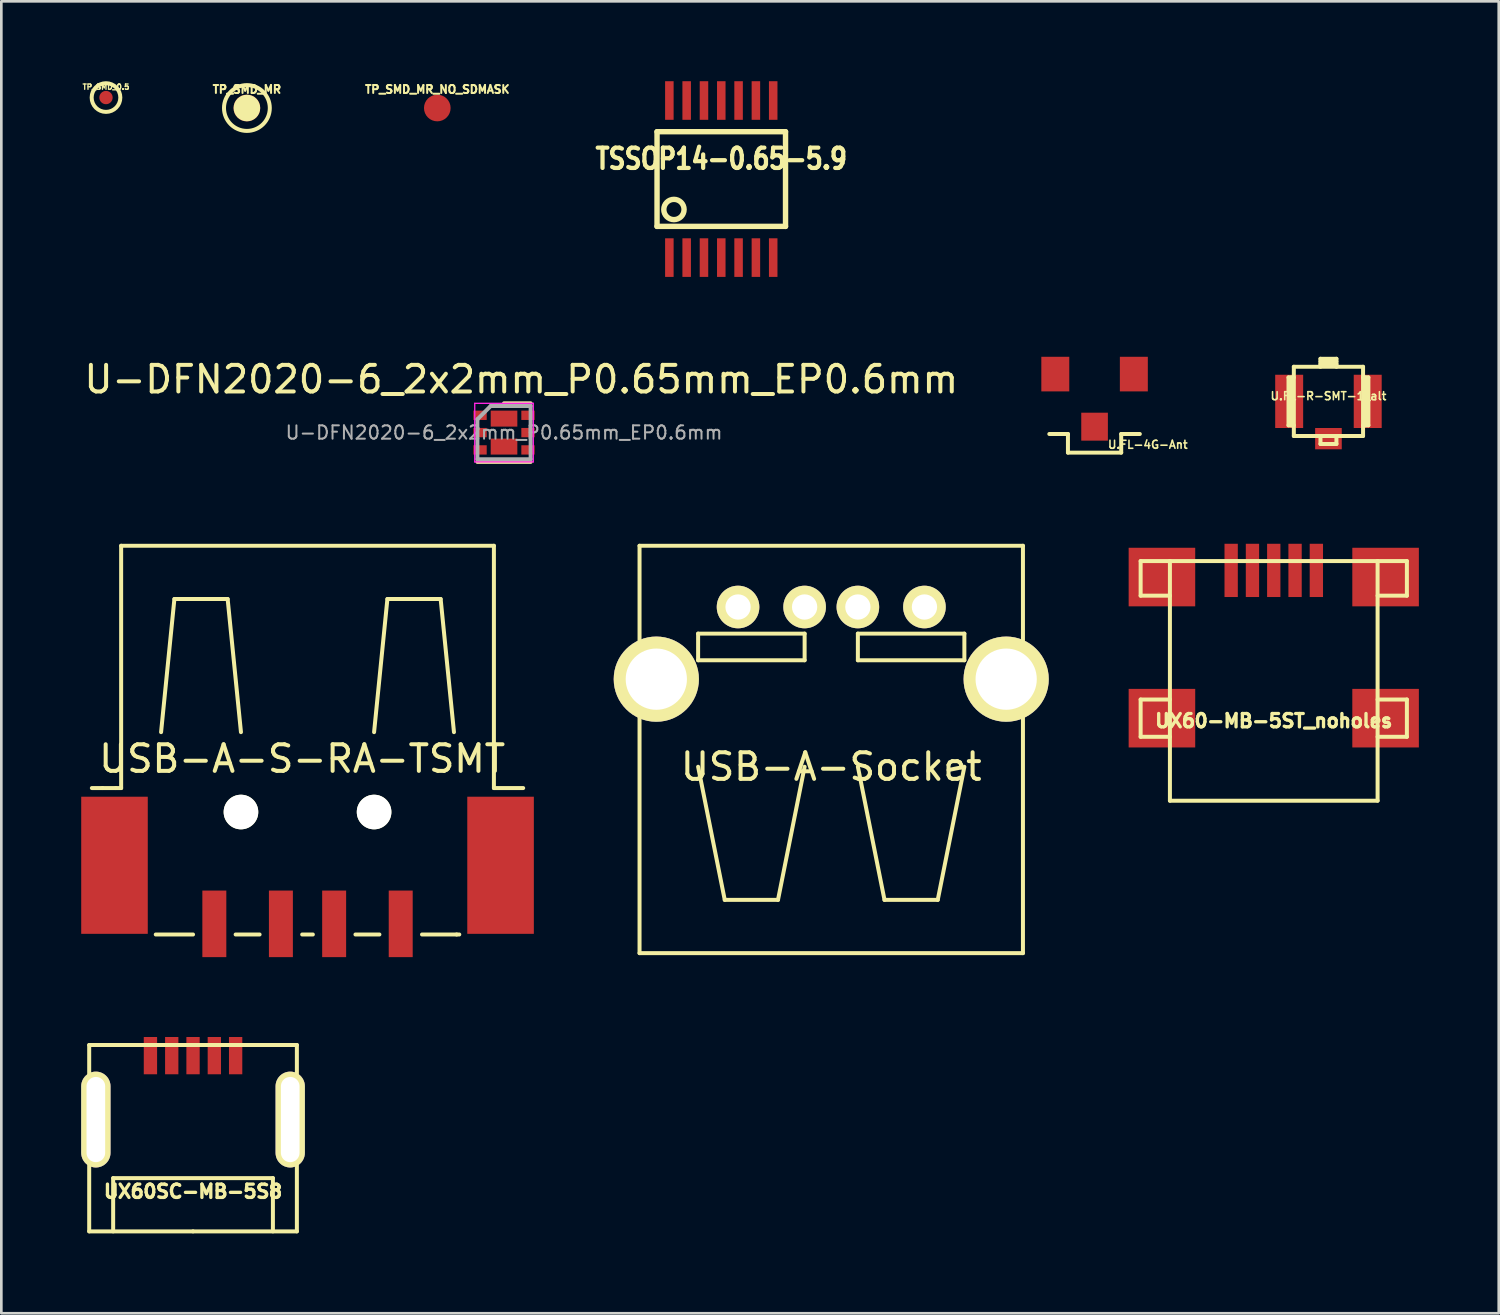
<source format=kicad_pcb>
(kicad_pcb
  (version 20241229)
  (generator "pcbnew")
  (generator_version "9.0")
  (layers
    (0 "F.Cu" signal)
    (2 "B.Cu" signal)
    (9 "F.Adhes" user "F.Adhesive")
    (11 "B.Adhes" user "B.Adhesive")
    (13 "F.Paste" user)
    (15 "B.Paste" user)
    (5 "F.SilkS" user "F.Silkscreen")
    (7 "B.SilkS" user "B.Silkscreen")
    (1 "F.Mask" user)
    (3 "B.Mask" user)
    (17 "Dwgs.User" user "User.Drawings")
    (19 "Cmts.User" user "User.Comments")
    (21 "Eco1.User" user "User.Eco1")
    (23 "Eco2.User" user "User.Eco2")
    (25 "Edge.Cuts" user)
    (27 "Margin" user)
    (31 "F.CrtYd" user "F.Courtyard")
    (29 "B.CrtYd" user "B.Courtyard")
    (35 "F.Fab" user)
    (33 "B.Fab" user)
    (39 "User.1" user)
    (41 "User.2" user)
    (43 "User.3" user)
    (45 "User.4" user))
  (footprint "USB-A-S-RA-TSMT"
    (layer "F.Cu")
    (at 8.5 27.448)
    (property "Reference" "USB-A-S-RA-TSMT" (at -0.2 -2 0) (layer "F.SilkS") (effects (font (size 1 1) (thickness 0.15))))
    (attr through_hole)
    (fp_line (start -7.7 -0.9) (end -8.1 -0.9) (stroke (width 0.15) (type solid)) (layer "F.SilkS"))
    (fp_line (start -7.7 -0.9) (end -7.2 -0.9) (stroke (width 0.15) (type solid)) (layer "F.SilkS"))
    (fp_line (start -7.2 -0.9) (end -7 -0.9) (stroke (width 0.15) (type solid)) (layer "F.SilkS"))
    (fp_line (start -7 -10) (end 7 -10) (stroke (width 0.15) (type solid)) (layer "F.SilkS"))
    (fp_line (start -7 -0.9) (end -7 -10) (stroke (width 0.15) (type solid)) (layer "F.SilkS"))
    (fp_line (start -5.7 4.6) (end -4.3 4.6) (stroke (width 0.15) (type solid)) (layer "F.SilkS"))
    (fp_line (start -5 -8) (end -5.5 -3) (stroke (width 0.15) (type solid)) (layer "F.SilkS"))
    (fp_line (start -3 -8) (end -5 -8) (stroke (width 0.15) (type solid)) (layer "F.SilkS"))
    (fp_line (start -2.7 4.6) (end -1.8 4.6) (stroke (width 0.15) (type solid)) (layer "F.SilkS"))
    (fp_line (start -2.5 -3) (end -3 -8) (stroke (width 0.15) (type solid)) (layer "F.SilkS"))
    (fp_line (start -0.2 4.6) (end 0.2 4.6) (stroke (width 0.15) (type solid)) (layer "F.SilkS"))
    (fp_line (start 1.8 4.6) (end 2.7 4.6) (stroke (width 0.15) (type solid)) (layer "F.SilkS"))
    (fp_line (start 2.5 -3) (end 3 -8) (stroke (width 0.15) (type solid)) (layer "F.SilkS"))
    (fp_line (start 3 -8) (end 5 -8) (stroke (width 0.15) (type solid)) (layer "F.SilkS"))
    (fp_line (start 4.3 4.6) (end 5.6 4.6) (stroke (width 0.15) (type solid)) (layer "F.SilkS"))
    (fp_line (start 5 -8) (end 5.5 -3) (stroke (width 0.15) (type solid)) (layer "F.SilkS"))
    (fp_line (start 5.6 4.6) (end 5.7 4.6) (stroke (width 0.15) (type solid)) (layer "F.SilkS"))
    (fp_line (start 7 -0.9) (end 7 -10) (stroke (width 0.15) (type solid)) (layer "F.SilkS"))
    (fp_line (start 8.1 -0.9) (end 7 -0.9) (stroke (width 0.15) (type solid)) (layer "F.SilkS"))
    (pad "" np_thru_hole circle (at -2.5 0) (size 1.3 1.3) (drill 1.3) (layers "*.Cu" "*.Mask" "F.SilkS"))
    (pad "" np_thru_hole circle (at 2.5 0) (size 1.3 1.3) (drill 1.3) (layers "*.Cu" "*.Mask" "F.SilkS"))
    (pad "1" smd rect (at 3.5 4.2) (size 0.9 2.5) (layers "F.Cu" "F.Mask" "F.Paste"))
    (pad "2" smd rect (at 1 4.2) (size 0.9 2.5) (layers "F.Cu" "F.Mask" "F.Paste"))
    (pad "3" smd rect (at -1 4.2) (size 0.9 2.5) (layers "F.Cu" "F.Mask" "F.Paste"))
    (pad "4" smd rect (at -3.5 4.2) (size 0.9 2.5) (layers "F.Cu" "F.Mask" "F.Paste"))
    (pad "5" smd rect (at -7.25 2) (size 2.5 5.15) (layers "F.Cu" "F.Mask" "F.Paste"))
    (pad "6" smd rect (at 7.25 2) (size 2.5 5.15) (layers "F.Cu" "F.Mask" "F.Paste")))
  (footprint "USB-A-Socket"
    (layer "F.Cu")
    (at 28.17 19.748)
    (property "Reference" "USB-A-Socket" (at 0 6 0) (layer "F.SilkS") (effects (font (size 1 1) (thickness 0.15))))
    (attr through_hole)
    (fp_line (start -7.2 -2.3) (end -7.2 13) (stroke (width 0.15) (type solid)) (layer "F.SilkS"))
    (fp_line (start -7.2 13) (end 7.2 13) (stroke (width 0.15) (type solid)) (layer "F.SilkS"))
    (fp_line (start -5 1) (end -5 2) (stroke (width 0.15) (type solid)) (layer "F.SilkS"))
    (fp_line (start -5 2) (end -1 2) (stroke (width 0.15) (type solid)) (layer "F.SilkS"))
    (fp_line (start -4 11) (end -5 6) (stroke (width 0.15) (type solid)) (layer "F.SilkS"))
    (fp_line (start -2 11) (end -4 11) (stroke (width 0.15) (type solid)) (layer "F.SilkS"))
    (fp_line (start -1 1) (end -5 1) (stroke (width 0.15) (type solid)) (layer "F.SilkS"))
    (fp_line (start -1 2) (end -1 1) (stroke (width 0.15) (type solid)) (layer "F.SilkS"))
    (fp_line (start -1 6) (end -2 11) (stroke (width 0.15) (type solid)) (layer "F.SilkS"))
    (fp_line (start 1 1) (end 5 1) (stroke (width 0.15) (type solid)) (layer "F.SilkS"))
    (fp_line (start 1 2) (end 1 1) (stroke (width 0.15) (type solid)) (layer "F.SilkS"))
    (fp_line (start 1 6) (end 2 11) (stroke (width 0.15) (type solid)) (layer "F.SilkS"))
    (fp_line (start 2 11) (end 4 11) (stroke (width 0.15) (type solid)) (layer "F.SilkS"))
    (fp_line (start 4 11) (end 5 6) (stroke (width 0.15) (type solid)) (layer "F.SilkS"))
    (fp_line (start 5 1) (end 5 2) (stroke (width 0.15) (type solid)) (layer "F.SilkS"))
    (fp_line (start 5 2) (end 1 2) (stroke (width 0.15) (type solid)) (layer "F.SilkS"))
    (fp_line (start 7.2 -2.3) (end -7.2 -2.3) (stroke (width 0.15) (type solid)) (layer "F.SilkS"))
    (fp_line (start 7.2 13) (end 7.2 -2.3) (stroke (width 0.15) (type solid)) (layer "F.SilkS"))
    (pad "1" thru_hole circle (at -3.5 0) (size 1.6 1.6) (drill 0.95) (layers "*.Cu" "*.Mask" "F.SilkS"))
    (pad "2" thru_hole circle (at -1 0) (size 1.6 1.6) (drill 0.95) (layers "*.Cu" "*.Mask" "F.SilkS"))
    (pad "3" thru_hole circle (at 1 0) (size 1.6 1.6) (drill 0.95) (layers "*.Cu" "*.Mask" "F.SilkS"))
    (pad "4" thru_hole circle (at 3.5 0) (size 1.6 1.6) (drill 0.95) (layers "*.Cu" "*.Mask" "F.SilkS"))
    (pad "5" thru_hole circle (at -6.57 2.71) (size 3.2 3.2) (drill 2.3) (layers "*.Cu" "*.Mask" "F.SilkS"))
    (pad "6" thru_hole circle (at 6.57 2.71) (size 3.2 3.2) (drill 2.3) (layers "*.Cu" "*.Mask" "F.SilkS")))
  (footprint "U.FL-4G-Ant"
    (layer "F.Cu")
    (at 38.06 11.45)
    (property "Reference" "U.FL-4G-Ant" (at 2 2.2 0) (layer "F.SilkS") (effects (font (size 0.3 0.3) (thickness 0.06))))
    (attr smd)
    (fp_line (start -1.7 1.8) (end -1.2 1.8) (stroke (width 0.15) (type solid)) (layer "F.SilkS"))
    (fp_line (start -1.2 1.8) (end -1 1.8) (stroke (width 0.15) (type solid)) (layer "F.SilkS"))
    (fp_line (start -1 1.8) (end -1 2.5) (stroke (width 0.15) (type solid)) (layer "F.SilkS"))
    (fp_line (start -1 2.5) (end 1 2.5) (stroke (width 0.15) (type solid)) (layer "F.SilkS"))
    (fp_line (start 1 1.8) (end 1.7 1.8) (stroke (width 0.15) (type solid)) (layer "F.SilkS"))
    (fp_line (start 1 2.5) (end 1 1.8) (stroke (width 0.15) (type solid)) (layer "F.SilkS"))
    (pad "1" smd rect (at 0 1.525) (size 1 1.05) (layers "F.Cu" "F.Mask" "F.Paste"))
    (pad "2" smd rect (at 1.475 -0.45) (size 1.05 1.3) (layers "F.Cu" "F.Mask" "F.Paste"))
    (pad "3" smd rect (at -1.475 -0.45) (size 1.05 1.3) (layers "F.Cu" "F.Mask" "F.Paste")))
  (footprint "TP_SMD_MR"
    (layer "F.Cu")
    (at 6.223 1.007)
    (property "Reference" "TP_SMD_MR" (at 0 -0.7 0) (layer "F.SilkS") (effects (font (size 0.3 0.3) (thickness 0.075))))
    (attr through_hole)
    (fp_circle (center 0 0) (end 0.5 0.7) (stroke (width 0.15) (type solid)) (fill no) (layer "F.SilkS"))
    (pad "1" smd circle (at 0 0) (size 1 1) (layers "F.Cu" "F.Mask" "F.SilkS")))
  (footprint "UX60SC-MB-5S8"
    (layer "F.Cu")
    (at 4.2 42.698)
    (property "Reference" "UX60SC-MB-5S8" (at 0 -1 0) (layer "F.SilkS") (effects (font (size 0.5 0.5) (thickness 0.125))))
    (attr smd)
    (fp_line (start -3.9 -6.5) (end -3.9 0.5) (stroke (width 0.15) (type solid)) (layer "F.SilkS"))
    (fp_line (start -3.9 0.5) (end 0 0.5) (stroke (width 0.15) (type solid)) (layer "F.SilkS"))
    (fp_line (start -3 -1.5) (end 3 -1.5) (stroke (width 0.15) (type solid)) (layer "F.SilkS"))
    (fp_line (start -3 0.5) (end -3 -1.5) (stroke (width 0.15) (type solid)) (layer "F.SilkS"))
    (fp_line (start 0 0.5) (end 3.9 0.5) (stroke (width 0.15) (type solid)) (layer "F.SilkS"))
    (fp_line (start 3 -1.5) (end 3 0.5) (stroke (width 0.15) (type solid)) (layer "F.SilkS"))
    (fp_line (start 3.9 -6.5) (end -3.9 -6.5) (stroke (width 0.15) (type solid)) (layer "F.SilkS"))
    (fp_line (start 3.9 0.5) (end 3.9 -6.5) (stroke (width 0.15) (type solid)) (layer "F.SilkS"))
    (pad "1" smd rect (at -1.6 -6.1) (size 0.5 1.4) (layers "F.Cu" "F.Mask" "F.Paste"))
    (pad "2" smd rect (at -0.8 -6.1) (size 0.5 1.4) (layers "F.Cu" "F.Mask" "F.Paste"))
    (pad "3" smd rect (at 0 -6.1) (size 0.5 1.4) (layers "F.Cu" "F.Mask" "F.Paste"))
    (pad "4" smd rect (at 0.8 -6.1) (size 0.5 1.4) (layers "F.Cu" "F.Mask" "F.Paste"))
    (pad "5" smd rect (at 1.6 -6.1) (size 0.5 1.4) (layers "F.Cu" "F.Mask" "F.Paste"))
    (pad "FIX" thru_hole oval (at -3.65 -3.7) (size 1.1 3.6) (drill oval 0.7 3.2) (layers "*.Cu" "*.Mask" "F.SilkS"))
    (pad "FIX" thru_hole oval (at 3.65 -3.7) (size 1.1 3.6) (drill oval 0.7 3.2) (layers "*.Cu" "*.Mask" "F.SilkS")))
  (footprint "TSSOP14-0.65-5.9"
    (layer "F.Cu")
    (at 24.04 3.675)
    (property "Reference" "TSSOP14-0.65-5.9" (at 0 -0.762 0) (layer "F.SilkS") (effects (font (size 0.762 0.635) (thickness 0.159))))
    (attr smd)
    (fp_line (start -2.413 -1.778) (end 2.413 -1.778) (stroke (width 0.203) (type solid)) (layer "F.SilkS"))
    (fp_line (start -2.413 1.778) (end -2.413 -1.778) (stroke (width 0.203) (type solid)) (layer "F.SilkS"))
    (fp_line (start 2.413 -1.778) (end 2.413 1.778) (stroke (width 0.203) (type solid)) (layer "F.SilkS"))
    (fp_line (start 2.413 1.778) (end -2.413 1.778) (stroke (width 0.203) (type solid)) (layer "F.SilkS"))
    (fp_circle (center -1.778 1.143) (end -2.159 1.143) (stroke (width 0.203) (type solid)) (fill no) (layer "F.SilkS"))
    (pad "1" smd rect (at -1.95 2.95) (size 0.32 1.45) (layers "F.Cu" "F.Mask" "F.Paste"))
    (pad "2" smd rect (at -1.3 2.95) (size 0.32 1.45) (layers "F.Cu" "F.Mask" "F.Paste"))
    (pad "3" smd rect (at -0.65 2.95) (size 0.32 1.45) (layers "F.Cu" "F.Mask" "F.Paste"))
    (pad "4" smd rect (at 0 2.95) (size 0.32 1.45) (layers "F.Cu" "F.Mask" "F.Paste"))
    (pad "5" smd rect (at 0.65 2.95) (size 0.32 1.45) (layers "F.Cu" "F.Mask" "F.Paste"))
    (pad "6" smd rect (at 1.3 2.95) (size 0.32 1.45) (layers "F.Cu" "F.Mask" "F.Paste"))
    (pad "7" smd rect (at 1.95 2.95) (size 0.32 1.45) (layers "F.Cu" "F.Mask" "F.Paste"))
    (pad "8" smd rect (at 1.95 -2.95) (size 0.32 1.45) (layers "F.Cu" "F.Mask" "F.Paste"))
    (pad "9" smd rect (at 1.3 -2.95) (size 0.32 1.45) (layers "F.Cu" "F.Mask" "F.Paste"))
    (pad "10" smd rect (at 0.65 -2.95) (size 0.32 1.45) (layers "F.Cu" "F.Mask" "F.Paste"))
    (pad "11" smd rect (at 0 -2.95) (size 0.32 1.45) (layers "F.Cu" "F.Mask" "F.Paste"))
    (pad "12" smd rect (at -0.65 -2.95) (size 0.32 1.45) (layers "F.Cu" "F.Mask" "F.Paste"))
    (pad "13" smd rect (at -1.3 -2.95) (size 0.32 1.45) (layers "F.Cu" "F.Mask" "F.Paste"))
    (pad "14" smd rect (at -1.95 -2.95) (size 0.32 1.45) (layers "F.Cu" "F.Mask" "F.Paste")))
  (footprint "TP_SMD_0.5"
    (layer "F.Cu")
    (at 0.931 0.614)
    (property "Reference" "TP_SMD_0.5" (at 0 -0.4 0) (layer "F.SilkS") (effects (font (size 0.2 0.2) (thickness 0.05))))
    (attr through_hole)
    (fp_circle (center 0 0) (end 0.2 0.5) (stroke (width 0.15) (type solid)) (fill no) (layer "F.SilkS"))
    (pad "1" smd circle (at 0 0) (size 0.5 0.5) (layers "F.Cu" "F.Mask")))
  (footprint "U-DFN2020-6_2x2mm_P0.65mm_EP0.6mm"
    (layer "F.Cu")
    (at 15.88 13.198)
    (property "Reference" "U-DFN2020-6_2x2mm_P0.65mm_EP0.6mm" (at 0.65 -2 0) (layer "F.SilkS") (effects (font (size 1 1) (thickness 0.15))))
    (attr smd)
    (fp_line (start -1 1.1) (end 1 1.1) (stroke (width 0.15) (type solid)) (layer "F.SilkS"))
    (fp_line (start 0 -1.1) (end 1 -1.1) (stroke (width 0.15) (type solid)) (layer "F.SilkS"))
    (fp_line (start -1.1 -1.1) (end -1.1 1.1) (stroke (width 0.05) (type solid)) (layer "F.CrtYd"))
    (fp_line (start -1.1 -1.1) (end 1.1 -1.1) (stroke (width 0.05) (type solid)) (layer "F.CrtYd"))
    (fp_line (start -1.1 1.1) (end 1.1 1.1) (stroke (width 0.05) (type solid)) (layer "F.CrtYd"))
    (fp_line (start 1.1 -1.1) (end 1.1 1.1) (stroke (width 0.05) (type solid)) (layer "F.CrtYd"))
    (fp_line (start -1 -0.5) (end -0.5 -1) (stroke (width 0.15) (type solid)) (layer "F.Fab"))
    (fp_line (start -1 1) (end -1 -0.5) (stroke (width 0.15) (type solid)) (layer "F.Fab"))
    (fp_line (start -0.5 -1) (end 1 -1) (stroke (width 0.15) (type solid)) (layer "F.Fab"))
    (fp_line (start 1 -1) (end 1 1) (stroke (width 0.15) (type solid)) (layer "F.Fab"))
    (fp_line (start 1 1) (end -1 1) (stroke (width 0.15) (type solid)) (layer "F.Fab"))
    (fp_text user "${REFERENCE}" (at 0 0 0) (layer "F.Fab") (effects (font (size 0.5 0.5) (thickness 0.075))))
    (pad "1" smd rect (at -0.9 -0.65) (size 0.5 0.35) (layers "F.Cu" "F.Mask" "F.Paste"))
    (pad "2" smd rect (at -0.9 0) (size 0.5 0.35) (layers "F.Cu" "F.Mask" "F.Paste"))
    (pad "3" smd rect (at -0.9 0.65) (size 0.5 0.35) (layers "F.Cu" "F.Mask" "F.Paste"))
    (pad "4" smd rect (at 0.9 0.65) (size 0.5 0.35) (layers "F.Cu" "F.Mask" "F.Paste"))
    (pad "5" smd rect (at 0.9 0) (size 0.5 0.35) (layers "F.Cu" "F.Mask" "F.Paste"))
    (pad "6" smd rect (at 0.9 -0.65) (size 0.5 0.35) (layers "F.Cu" "F.Mask" "F.Paste"))
    (pad "7" smd rect (at 0 -0.525) (size 1 0.6) (layers "F.Cu" "F.Mask"))
    (pad "8" smd rect (at 0 0.525) (size 1 0.6) (layers "F.Cu" "F.Mask")))
  (footprint "TP_SMD_MR_NO_SDMASK"
    (layer "F.Cu")
    (at 13.374 1.007)
    (property "Reference" "TP_SMD_MR_NO_SDMASK" (at 0 -0.7 0) (layer "F.SilkS") (effects (font (size 0.3 0.3) (thickness 0.075))))
    (attr through_hole)
    (pad "1" smd circle (at 0 0) (size 1 1) (layers "F.Cu")))
  (footprint "U.FL-R-SMT-1_alt"
    (layer "F.Cu")
    (at 46.844 12.025)
    (property "Reference" "U.FL-R-SMT-1_alt" (at 0 -0.2 0) (layer "F.SilkS") (effects (font (size 0.3 0.3) (thickness 0.06))))
    (attr smd)
    (fp_line (start -1.5 -0.9) (end -1.5 0.9) (stroke (width 0.15) (type solid)) (layer "F.SilkS"))
    (fp_line (start -1.5 0.9) (end -1.3 0.9) (stroke (width 0.15) (type solid)) (layer "F.SilkS"))
    (fp_line (start -1.4 -0.9) (end -1.4 0.9) (stroke (width 0.15) (type solid)) (layer "F.SilkS"))
    (fp_line (start -1.3 -1.3) (end -1.3 1.3) (stroke (width 0.15) (type solid)) (layer "F.SilkS"))
    (fp_line (start -1.3 -0.9) (end -1.5 -0.9) (stroke (width 0.15) (type solid)) (layer "F.SilkS"))
    (fp_line (start -1.3 1.3) (end 1.3 1.3) (stroke (width 0.15) (type solid)) (layer "F.SilkS"))
    (fp_line (start -0.3 -1.6) (end 0.3 -1.6) (stroke (width 0.15) (type solid)) (layer "F.SilkS"))
    (fp_line (start -0.3 -1.4) (end 0.3 -1.4) (stroke (width 0.15) (type solid)) (layer "F.SilkS"))
    (fp_line (start -0.3 -1.3) (end -0.3 -1.6) (stroke (width 0.15) (type solid)) (layer "F.SilkS"))
    (fp_line (start -0.3 1.3) (end -0.3 1.6) (stroke (width 0.15) (type solid)) (layer "F.SilkS"))
    (fp_line (start -0.3 1.6) (end 0.2 1.6) (stroke (width 0.15) (type solid)) (layer "F.SilkS"))
    (fp_line (start 0.2 1.6) (end 0.3 1.6) (stroke (width 0.15) (type solid)) (layer "F.SilkS"))
    (fp_line (start 0.3 -1.6) (end 0.3 -1.3) (stroke (width 0.15) (type solid)) (layer "F.SilkS"))
    (fp_line (start 0.3 -1.5) (end -0.3 -1.5) (stroke (width 0.15) (type solid)) (layer "F.SilkS"))
    (fp_line (start 0.3 1.6) (end 0.3 1.3) (stroke (width 0.15) (type solid)) (layer "F.SilkS"))
    (fp_line (start 1.3 -1.3) (end -1.3 -1.3) (stroke (width 0.15) (type solid)) (layer "F.SilkS"))
    (fp_line (start 1.3 -0.9) (end 1.5 -0.9) (stroke (width 0.15) (type solid)) (layer "F.SilkS"))
    (fp_line (start 1.3 1.3) (end 1.3 -1.3) (stroke (width 0.15) (type solid)) (layer "F.SilkS"))
    (fp_line (start 1.4 -0.9) (end 1.4 0.9) (stroke (width 0.15) (type solid)) (layer "F.SilkS"))
    (fp_line (start 1.5 -0.9) (end 1.5 0.9) (stroke (width 0.15) (type solid)) (layer "F.SilkS"))
    (fp_line (start 1.5 0.9) (end 1.3 0.9) (stroke (width 0.15) (type solid)) (layer "F.SilkS"))
    (pad "1" smd rect (at 0 1.4) (size 1 0.8) (layers "F.Cu" "F.Mask" "F.Paste"))
    (pad "2" smd rect (at 1.475 0) (size 1.05 2) (layers "F.Cu" "F.Mask" "F.Paste"))
    (pad "3" smd rect (at -1.475 0) (size 1.05 2) (layers "F.Cu" "F.Mask" "F.Paste")))
  (footprint "UX60-MB-5ST_noholes"
    (layer "F.Cu")
    (at 44.79 23.923)
    (property "Reference" "UX60-MB-5ST_noholes" (at 0 0.1 0) (layer "F.SilkS") (effects (font (size 0.5 0.5) (thickness 0.125))))
    (attr smd)
    (fp_line (start -5 -5.9) (end -5 -4.6) (stroke (width 0.15) (type solid)) (layer "F.SilkS"))
    (fp_line (start -5 -4.6) (end -3.9 -4.6) (stroke (width 0.15) (type solid)) (layer "F.SilkS"))
    (fp_line (start -5 -0.7) (end -5 0.7) (stroke (width 0.15) (type solid)) (layer "F.SilkS"))
    (fp_line (start -5 0.7) (end -3.9 0.7) (stroke (width 0.15) (type solid)) (layer "F.SilkS"))
    (fp_line (start -3.9 -5.9) (end -5 -5.9) (stroke (width 0.15) (type solid)) (layer "F.SilkS"))
    (fp_line (start -3.9 -5.9) (end -3.9 3.1) (stroke (width 0.15) (type solid)) (layer "F.SilkS"))
    (fp_line (start -3.9 -0.7) (end -5 -0.7) (stroke (width 0.15) (type solid)) (layer "F.SilkS"))
    (fp_line (start -3.9 3.1) (end 3.9 3.1) (stroke (width 0.15) (type solid)) (layer "F.SilkS"))
    (fp_line (start 3.9 -5.9) (end -3.9 -5.9) (stroke (width 0.15) (type solid)) (layer "F.SilkS"))
    (fp_line (start 3.9 -5.9) (end 5 -5.9) (stroke (width 0.15) (type solid)) (layer "F.SilkS"))
    (fp_line (start 3.9 -0.7) (end 5 -0.7) (stroke (width 0.15) (type solid)) (layer "F.SilkS"))
    (fp_line (start 3.9 3.1) (end 3.9 -5.9) (stroke (width 0.15) (type solid)) (layer "F.SilkS"))
    (fp_line (start 5 -5.9) (end 5 -4.6) (stroke (width 0.15) (type solid)) (layer "F.SilkS"))
    (fp_line (start 5 -4.6) (end 3.9 -4.6) (stroke (width 0.15) (type solid)) (layer "F.SilkS"))
    (fp_line (start 5 -0.7) (end 5 0.7) (stroke (width 0.15) (type solid)) (layer "F.SilkS"))
    (fp_line (start 5 0.7) (end 3.9 0.7) (stroke (width 0.15) (type solid)) (layer "F.SilkS"))
    (pad "1" smd rect (at -1.6 -5.55) (size 0.5 2) (layers "F.Cu" "F.Mask" "F.Paste"))
    (pad "2" smd rect (at -0.8 -5.55) (size 0.5 2) (layers "F.Cu" "F.Mask" "F.Paste"))
    (pad "3" smd rect (at 0 -5.55) (size 0.5 2) (layers "F.Cu" "F.Mask" "F.Paste"))
    (pad "4" smd rect (at 0.8 -5.55) (size 0.5 2) (layers "F.Cu" "F.Mask" "F.Paste"))
    (pad "5" smd rect (at 1.6 -5.55) (size 0.5 2) (layers "F.Cu" "F.Mask" "F.Paste"))
    (pad "FIX" smd rect (at -4.2 -5.3) (size 2.5 2.2) (layers "F.Cu" "F.Mask" "F.Paste"))
    (pad "FIX" smd rect (at -4.2 0) (size 2.5 2.2) (layers "F.Cu" "F.Mask" "F.Paste"))
    (pad "FIX" smd rect (at 4.2 -5.3) (size 2.5 2.2) (layers "F.Cu" "F.Mask" "F.Paste"))
    (pad "FIX" smd rect (at 4.2 0) (size 2.5 2.2) (layers "F.Cu" "F.Mask" "F.Paste")))
  (gr_rect
    (start -3 -3)
    (end 53.24 46.273)
    (stroke (width 0.1) (type default))
    (fill no)
    (layer "Edge.Cuts")))
</source>
